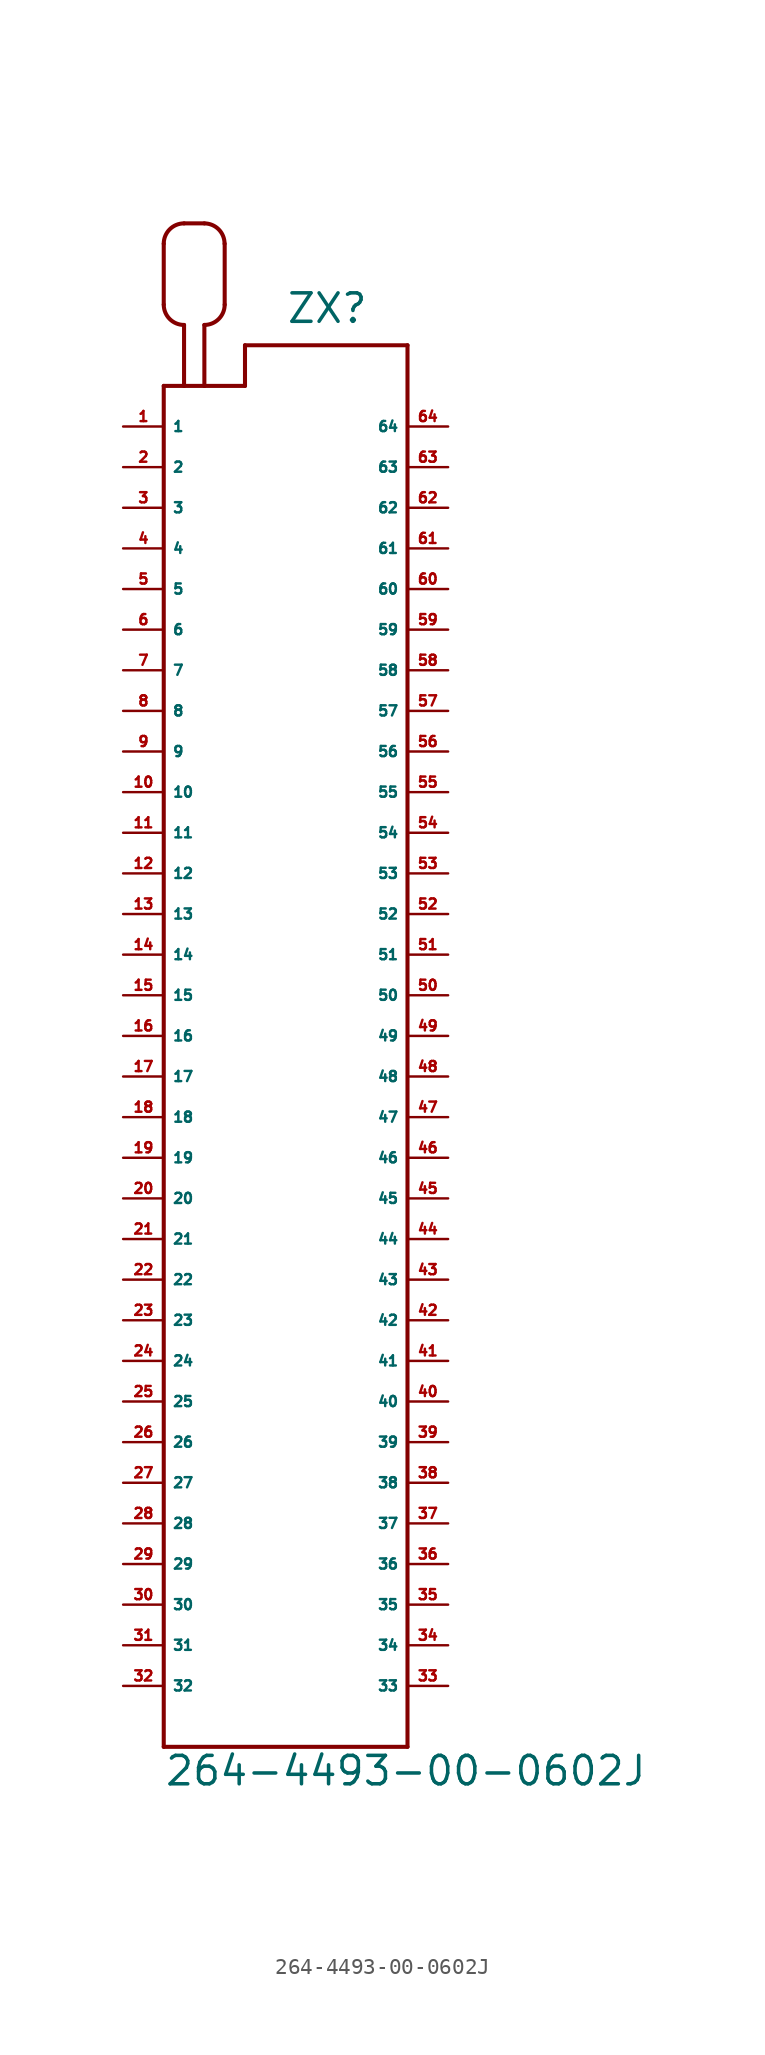
<source format=kicad_sym>
(kicad_symbol_lib
  (version 20220914)
  (generator Eagle2Kicad)
  (symbol "264-4493-00-0602J"
    (property "Reference" "ZX"
      (at 0 44.45 0)
      (effects (font (size 1.778 1.778) (thickness 0.22)) (justify left bottom)))
    (property "Value" "264-4493-00-0602J"
      (at -7.62 -46.99 0)
      (effects (font (size 1.778 1.778) (thickness 0.22)) (justify left bottom)))
    (polyline
      (pts (xy -7.62 40.64) (xy -7.62 -44.45))
      (stroke (width 0.254) (type default))
      (fill (type none)))
    (polyline
      (pts (xy -7.62 -44.45) (xy 7.62 -44.45))
      (stroke (width 0.254) (type default))
      (fill (type none)))
    (polyline
      (pts (xy 7.62 -44.45) (xy 7.62 43.18))
      (stroke (width 0.254) (type default))
      (fill (type none)))
    (polyline
      (pts (xy 7.62 43.18) (xy -2.54 43.18))
      (stroke (width 0.254) (type default))
      (fill (type none)))
    (polyline
      (pts (xy -2.54 43.18) (xy -2.54 40.64))
      (stroke (width 0.254) (type default))
      (fill (type none)))
    (polyline
      (pts (xy -2.54 40.64) (xy -5.08 40.64))
      (stroke (width 0.254) (type default))
      (fill (type none)))
    (polyline
      (pts (xy -5.08 40.64) (xy -6.35 40.64))
      (stroke (width 0.254) (type default))
      (fill (type none)))
    (polyline
      (pts (xy -6.35 40.64) (xy -7.62 40.64))
      (stroke (width 0.254) (type default))
      (fill (type none)))
    (polyline
      (pts (xy -6.35 40.64) (xy -6.35 44.45))
      (stroke (width 0.254) (type default))
      (fill (type none)))
    (arc
      (start -7.62 45.72)
      (mid -7.248 44.822)
      (end -6.35 44.45)
      (stroke (width 0.254) (type default))
      (fill (type none)))
    (polyline
      (pts (xy -7.62 45.72) (xy -7.62 49.53))
      (stroke (width 0.254) (type default))
      (fill (type none)))
    (arc
      (start -6.35 50.8)
      (mid -7.248 50.428)
      (end -7.62 49.53)
      (stroke (width 0.254) (type default))
      (fill (type none)))
    (polyline
      (pts (xy -6.35 50.8) (xy -5.08 50.8))
      (stroke (width 0.254) (type default))
      (fill (type none)))
    (arc
      (start -3.81 49.53)
      (mid -4.182 50.428)
      (end -5.08 50.8)
      (stroke (width 0.254) (type default))
      (fill (type none)))
    (polyline
      (pts (xy -3.81 49.53) (xy -3.81 45.72))
      (stroke (width 0.254) (type default))
      (fill (type none)))
    (arc
      (start -5.08 44.45)
      (mid -4.182 44.822)
      (end -3.81 45.72)
      (stroke (width 0.254) (type default))
      (fill (type none)))
    (polyline
      (pts (xy -5.08 44.45) (xy -5.08 40.64))
      (stroke (width 0.254) (type default))
      (fill (type none)))
    (pin passive line
      (at -10.16 38.1 0)
      (length 2.54)
      (name "1" (effects (font (size 0.635 0.635) (thickness 0.08)) (justify left bottom)))
      (number "1" (effects (font (size 0.635 0.635) (thickness 0.08)) (justify left bottom))))
    (pin passive line
      (at -10.16 35.56 0)
      (length 2.54)
      (name "2" (effects (font (size 0.635 0.635) (thickness 0.08)) (justify left bottom)))
      (number "2" (effects (font (size 0.635 0.635) (thickness 0.08)) (justify left bottom))))
    (pin passive line
      (at -10.16 33.02 0)
      (length 2.54)
      (name "3" (effects (font (size 0.635 0.635) (thickness 0.08)) (justify left bottom)))
      (number "3" (effects (font (size 0.635 0.635) (thickness 0.08)) (justify left bottom))))
    (pin passive line
      (at -10.16 30.48 0)
      (length 2.54)
      (name "4" (effects (font (size 0.635 0.635) (thickness 0.08)) (justify left bottom)))
      (number "4" (effects (font (size 0.635 0.635) (thickness 0.08)) (justify left bottom))))
    (pin passive line
      (at -10.16 27.94 0)
      (length 2.54)
      (name "5" (effects (font (size 0.635 0.635) (thickness 0.08)) (justify left bottom)))
      (number "5" (effects (font (size 0.635 0.635) (thickness 0.08)) (justify left bottom))))
    (pin passive line
      (at -10.16 25.4 0)
      (length 2.54)
      (name "6" (effects (font (size 0.635 0.635) (thickness 0.08)) (justify left bottom)))
      (number "6" (effects (font (size 0.635 0.635) (thickness 0.08)) (justify left bottom))))
    (pin passive line
      (at -10.16 22.86 0)
      (length 2.54)
      (name "7" (effects (font (size 0.635 0.635) (thickness 0.08)) (justify left bottom)))
      (number "7" (effects (font (size 0.635 0.635) (thickness 0.08)) (justify left bottom))))
    (pin passive line
      (at -10.16 20.32 0)
      (length 2.54)
      (name "8" (effects (font (size 0.635 0.635) (thickness 0.08)) (justify left bottom)))
      (number "8" (effects (font (size 0.635 0.635) (thickness 0.08)) (justify left bottom))))
    (pin passive line
      (at -10.16 17.78 0)
      (length 2.54)
      (name "9" (effects (font (size 0.635 0.635) (thickness 0.08)) (justify left bottom)))
      (number "9" (effects (font (size 0.635 0.635) (thickness 0.08)) (justify left bottom))))
    (pin passive line
      (at -10.16 15.24 0)
      (length 2.54)
      (name "10" (effects (font (size 0.635 0.635) (thickness 0.08)) (justify left bottom)))
      (number "10" (effects (font (size 0.635 0.635) (thickness 0.08)) (justify left bottom))))
    (pin passive line
      (at -10.16 12.7 0)
      (length 2.54)
      (name "11" (effects (font (size 0.635 0.635) (thickness 0.08)) (justify left bottom)))
      (number "11" (effects (font (size 0.635 0.635) (thickness 0.08)) (justify left bottom))))
    (pin passive line
      (at -10.16 10.16 0)
      (length 2.54)
      (name "12" (effects (font (size 0.635 0.635) (thickness 0.08)) (justify left bottom)))
      (number "12" (effects (font (size 0.635 0.635) (thickness 0.08)) (justify left bottom))))
    (pin passive line
      (at -10.16 7.62 0)
      (length 2.54)
      (name "13" (effects (font (size 0.635 0.635) (thickness 0.08)) (justify left bottom)))
      (number "13" (effects (font (size 0.635 0.635) (thickness 0.08)) (justify left bottom))))
    (pin passive line
      (at -10.16 5.08 0)
      (length 2.54)
      (name "14" (effects (font (size 0.635 0.635) (thickness 0.08)) (justify left bottom)))
      (number "14" (effects (font (size 0.635 0.635) (thickness 0.08)) (justify left bottom))))
    (pin passive line
      (at -10.16 2.54 0)
      (length 2.54)
      (name "15" (effects (font (size 0.635 0.635) (thickness 0.08)) (justify left bottom)))
      (number "15" (effects (font (size 0.635 0.635) (thickness 0.08)) (justify left bottom))))
    (pin passive line
      (at -10.16 0 0)
      (length 2.54)
      (name "16" (effects (font (size 0.635 0.635) (thickness 0.08)) (justify left bottom)))
      (number "16" (effects (font (size 0.635 0.635) (thickness 0.08)) (justify left bottom))))
    (pin passive line
      (at -10.16 -2.54 0)
      (length 2.54)
      (name "17" (effects (font (size 0.635 0.635) (thickness 0.08)) (justify left bottom)))
      (number "17" (effects (font (size 0.635 0.635) (thickness 0.08)) (justify left bottom))))
    (pin passive line
      (at -10.16 -5.08 0)
      (length 2.54)
      (name "18" (effects (font (size 0.635 0.635) (thickness 0.08)) (justify left bottom)))
      (number "18" (effects (font (size 0.635 0.635) (thickness 0.08)) (justify left bottom))))
    (pin passive line
      (at -10.16 -7.62 0)
      (length 2.54)
      (name "19" (effects (font (size 0.635 0.635) (thickness 0.08)) (justify left bottom)))
      (number "19" (effects (font (size 0.635 0.635) (thickness 0.08)) (justify left bottom))))
    (pin passive line
      (at -10.16 -10.16 0)
      (length 2.54)
      (name "20" (effects (font (size 0.635 0.635) (thickness 0.08)) (justify left bottom)))
      (number "20" (effects (font (size 0.635 0.635) (thickness 0.08)) (justify left bottom))))
    (pin passive line
      (at -10.16 -12.7 0)
      (length 2.54)
      (name "21" (effects (font (size 0.635 0.635) (thickness 0.08)) (justify left bottom)))
      (number "21" (effects (font (size 0.635 0.635) (thickness 0.08)) (justify left bottom))))
    (pin passive line
      (at -10.16 -15.24 0)
      (length 2.54)
      (name "22" (effects (font (size 0.635 0.635) (thickness 0.08)) (justify left bottom)))
      (number "22" (effects (font (size 0.635 0.635) (thickness 0.08)) (justify left bottom))))
    (pin passive line
      (at -10.16 -17.78 0)
      (length 2.54)
      (name "23" (effects (font (size 0.635 0.635) (thickness 0.08)) (justify left bottom)))
      (number "23" (effects (font (size 0.635 0.635) (thickness 0.08)) (justify left bottom))))
    (pin passive line
      (at -10.16 -20.32 0)
      (length 2.54)
      (name "24" (effects (font (size 0.635 0.635) (thickness 0.08)) (justify left bottom)))
      (number "24" (effects (font (size 0.635 0.635) (thickness 0.08)) (justify left bottom))))
    (pin passive line
      (at -10.16 -22.86 0)
      (length 2.54)
      (name "25" (effects (font (size 0.635 0.635) (thickness 0.08)) (justify left bottom)))
      (number "25" (effects (font (size 0.635 0.635) (thickness 0.08)) (justify left bottom))))
    (pin passive line
      (at -10.16 -25.4 0)
      (length 2.54)
      (name "26" (effects (font (size 0.635 0.635) (thickness 0.08)) (justify left bottom)))
      (number "26" (effects (font (size 0.635 0.635) (thickness 0.08)) (justify left bottom))))
    (pin passive line
      (at -10.16 -27.94 0)
      (length 2.54)
      (name "27" (effects (font (size 0.635 0.635) (thickness 0.08)) (justify left bottom)))
      (number "27" (effects (font (size 0.635 0.635) (thickness 0.08)) (justify left bottom))))
    (pin passive line
      (at -10.16 -30.48 0)
      (length 2.54)
      (name "28" (effects (font (size 0.635 0.635) (thickness 0.08)) (justify left bottom)))
      (number "28" (effects (font (size 0.635 0.635) (thickness 0.08)) (justify left bottom))))
    (pin passive line
      (at -10.16 -33.02 0)
      (length 2.54)
      (name "29" (effects (font (size 0.635 0.635) (thickness 0.08)) (justify left bottom)))
      (number "29" (effects (font (size 0.635 0.635) (thickness 0.08)) (justify left bottom))))
    (pin passive line
      (at -10.16 -35.56 0)
      (length 2.54)
      (name "30" (effects (font (size 0.635 0.635) (thickness 0.08)) (justify left bottom)))
      (number "30" (effects (font (size 0.635 0.635) (thickness 0.08)) (justify left bottom))))
    (pin passive line
      (at -10.16 -38.1 0)
      (length 2.54)
      (name "31" (effects (font (size 0.635 0.635) (thickness 0.08)) (justify left bottom)))
      (number "31" (effects (font (size 0.635 0.635) (thickness 0.08)) (justify left bottom))))
    (pin passive line
      (at -10.16 -40.64 0)
      (length 2.54)
      (name "32" (effects (font (size 0.635 0.635) (thickness 0.08)) (justify left bottom)))
      (number "32" (effects (font (size 0.635 0.635) (thickness 0.08)) (justify left bottom))))
    (pin passive line
      (at 10.16 -40.64 180)
      (length 2.54)
      (name "33" (effects (font (size 0.635 0.635) (thickness 0.08)) (justify left bottom)))
      (number "33" (effects (font (size 0.635 0.635) (thickness 0.08)) (justify left bottom))))
    (pin passive line
      (at 10.16 -38.1 180)
      (length 2.54)
      (name "34" (effects (font (size 0.635 0.635) (thickness 0.08)) (justify left bottom)))
      (number "34" (effects (font (size 0.635 0.635) (thickness 0.08)) (justify left bottom))))
    (pin passive line
      (at 10.16 -35.56 180)
      (length 2.54)
      (name "35" (effects (font (size 0.635 0.635) (thickness 0.08)) (justify left bottom)))
      (number "35" (effects (font (size 0.635 0.635) (thickness 0.08)) (justify left bottom))))
    (pin passive line
      (at 10.16 -33.02 180)
      (length 2.54)
      (name "36" (effects (font (size 0.635 0.635) (thickness 0.08)) (justify left bottom)))
      (number "36" (effects (font (size 0.635 0.635) (thickness 0.08)) (justify left bottom))))
    (pin passive line
      (at 10.16 -30.48 180)
      (length 2.54)
      (name "37" (effects (font (size 0.635 0.635) (thickness 0.08)) (justify left bottom)))
      (number "37" (effects (font (size 0.635 0.635) (thickness 0.08)) (justify left bottom))))
    (pin passive line
      (at 10.16 -27.94 180)
      (length 2.54)
      (name "38" (effects (font (size 0.635 0.635) (thickness 0.08)) (justify left bottom)))
      (number "38" (effects (font (size 0.635 0.635) (thickness 0.08)) (justify left bottom))))
    (pin passive line
      (at 10.16 -25.4 180)
      (length 2.54)
      (name "39" (effects (font (size 0.635 0.635) (thickness 0.08)) (justify left bottom)))
      (number "39" (effects (font (size 0.635 0.635) (thickness 0.08)) (justify left bottom))))
    (pin passive line
      (at 10.16 -22.86 180)
      (length 2.54)
      (name "40" (effects (font (size 0.635 0.635) (thickness 0.08)) (justify left bottom)))
      (number "40" (effects (font (size 0.635 0.635) (thickness 0.08)) (justify left bottom))))
    (pin passive line
      (at 10.16 -20.32 180)
      (length 2.54)
      (name "41" (effects (font (size 0.635 0.635) (thickness 0.08)) (justify left bottom)))
      (number "41" (effects (font (size 0.635 0.635) (thickness 0.08)) (justify left bottom))))
    (pin passive line
      (at 10.16 -17.78 180)
      (length 2.54)
      (name "42" (effects (font (size 0.635 0.635) (thickness 0.08)) (justify left bottom)))
      (number "42" (effects (font (size 0.635 0.635) (thickness 0.08)) (justify left bottom))))
    (pin passive line
      (at 10.16 -15.24 180)
      (length 2.54)
      (name "43" (effects (font (size 0.635 0.635) (thickness 0.08)) (justify left bottom)))
      (number "43" (effects (font (size 0.635 0.635) (thickness 0.08)) (justify left bottom))))
    (pin passive line
      (at 10.16 -12.7 180)
      (length 2.54)
      (name "44" (effects (font (size 0.635 0.635) (thickness 0.08)) (justify left bottom)))
      (number "44" (effects (font (size 0.635 0.635) (thickness 0.08)) (justify left bottom))))
    (pin passive line
      (at 10.16 -10.16 180)
      (length 2.54)
      (name "45" (effects (font (size 0.635 0.635) (thickness 0.08)) (justify left bottom)))
      (number "45" (effects (font (size 0.635 0.635) (thickness 0.08)) (justify left bottom))))
    (pin passive line
      (at 10.16 -7.62 180)
      (length 2.54)
      (name "46" (effects (font (size 0.635 0.635) (thickness 0.08)) (justify left bottom)))
      (number "46" (effects (font (size 0.635 0.635) (thickness 0.08)) (justify left bottom))))
    (pin passive line
      (at 10.16 -5.08 180)
      (length 2.54)
      (name "47" (effects (font (size 0.635 0.635) (thickness 0.08)) (justify left bottom)))
      (number "47" (effects (font (size 0.635 0.635) (thickness 0.08)) (justify left bottom))))
    (pin passive line
      (at 10.16 -2.54 180)
      (length 2.54)
      (name "48" (effects (font (size 0.635 0.635) (thickness 0.08)) (justify left bottom)))
      (number "48" (effects (font (size 0.635 0.635) (thickness 0.08)) (justify left bottom))))
    (pin passive line
      (at 10.16 0 180)
      (length 2.54)
      (name "49" (effects (font (size 0.635 0.635) (thickness 0.08)) (justify left bottom)))
      (number "49" (effects (font (size 0.635 0.635) (thickness 0.08)) (justify left bottom))))
    (pin passive line
      (at 10.16 2.54 180)
      (length 2.54)
      (name "50" (effects (font (size 0.635 0.635) (thickness 0.08)) (justify left bottom)))
      (number "50" (effects (font (size 0.635 0.635) (thickness 0.08)) (justify left bottom))))
    (pin passive line
      (at 10.16 5.08 180)
      (length 2.54)
      (name "51" (effects (font (size 0.635 0.635) (thickness 0.08)) (justify left bottom)))
      (number "51" (effects (font (size 0.635 0.635) (thickness 0.08)) (justify left bottom))))
    (pin passive line
      (at 10.16 7.62 180)
      (length 2.54)
      (name "52" (effects (font (size 0.635 0.635) (thickness 0.08)) (justify left bottom)))
      (number "52" (effects (font (size 0.635 0.635) (thickness 0.08)) (justify left bottom))))
    (pin passive line
      (at 10.16 10.16 180)
      (length 2.54)
      (name "53" (effects (font (size 0.635 0.635) (thickness 0.08)) (justify left bottom)))
      (number "53" (effects (font (size 0.635 0.635) (thickness 0.08)) (justify left bottom))))
    (pin passive line
      (at 10.16 12.7 180)
      (length 2.54)
      (name "54" (effects (font (size 0.635 0.635) (thickness 0.08)) (justify left bottom)))
      (number "54" (effects (font (size 0.635 0.635) (thickness 0.08)) (justify left bottom))))
    (pin passive line
      (at 10.16 15.24 180)
      (length 2.54)
      (name "55" (effects (font (size 0.635 0.635) (thickness 0.08)) (justify left bottom)))
      (number "55" (effects (font (size 0.635 0.635) (thickness 0.08)) (justify left bottom))))
    (pin passive line
      (at 10.16 17.78 180)
      (length 2.54)
      (name "56" (effects (font (size 0.635 0.635) (thickness 0.08)) (justify left bottom)))
      (number "56" (effects (font (size 0.635 0.635) (thickness 0.08)) (justify left bottom))))
    (pin passive line
      (at 10.16 20.32 180)
      (length 2.54)
      (name "57" (effects (font (size 0.635 0.635) (thickness 0.08)) (justify left bottom)))
      (number "57" (effects (font (size 0.635 0.635) (thickness 0.08)) (justify left bottom))))
    (pin passive line
      (at 10.16 22.86 180)
      (length 2.54)
      (name "58" (effects (font (size 0.635 0.635) (thickness 0.08)) (justify left bottom)))
      (number "58" (effects (font (size 0.635 0.635) (thickness 0.08)) (justify left bottom))))
    (pin passive line
      (at 10.16 25.4 180)
      (length 2.54)
      (name "59" (effects (font (size 0.635 0.635) (thickness 0.08)) (justify left bottom)))
      (number "59" (effects (font (size 0.635 0.635) (thickness 0.08)) (justify left bottom))))
    (pin passive line
      (at 10.16 27.94 180)
      (length 2.54)
      (name "60" (effects (font (size 0.635 0.635) (thickness 0.08)) (justify left bottom)))
      (number "60" (effects (font (size 0.635 0.635) (thickness 0.08)) (justify left bottom))))
    (pin passive line
      (at 10.16 30.48 180)
      (length 2.54)
      (name "61" (effects (font (size 0.635 0.635) (thickness 0.08)) (justify left bottom)))
      (number "61" (effects (font (size 0.635 0.635) (thickness 0.08)) (justify left bottom))))
    (pin passive line
      (at 10.16 33.02 180)
      (length 2.54)
      (name "62" (effects (font (size 0.635 0.635) (thickness 0.08)) (justify left bottom)))
      (number "62" (effects (font (size 0.635 0.635) (thickness 0.08)) (justify left bottom))))
    (pin passive line
      (at 10.16 35.56 180)
      (length 2.54)
      (name "63" (effects (font (size 0.635 0.635) (thickness 0.08)) (justify left bottom)))
      (number "63" (effects (font (size 0.635 0.635) (thickness 0.08)) (justify left bottom))))
    (pin passive line
      (at 10.16 38.1 180)
      (length 2.54)
      (name "64" (effects (font (size 0.635 0.635) (thickness 0.08)) (justify left bottom)))
      (number "64" (effects (font (size 0.635 0.635) (thickness 0.08)) (justify left bottom))))))
</source>
